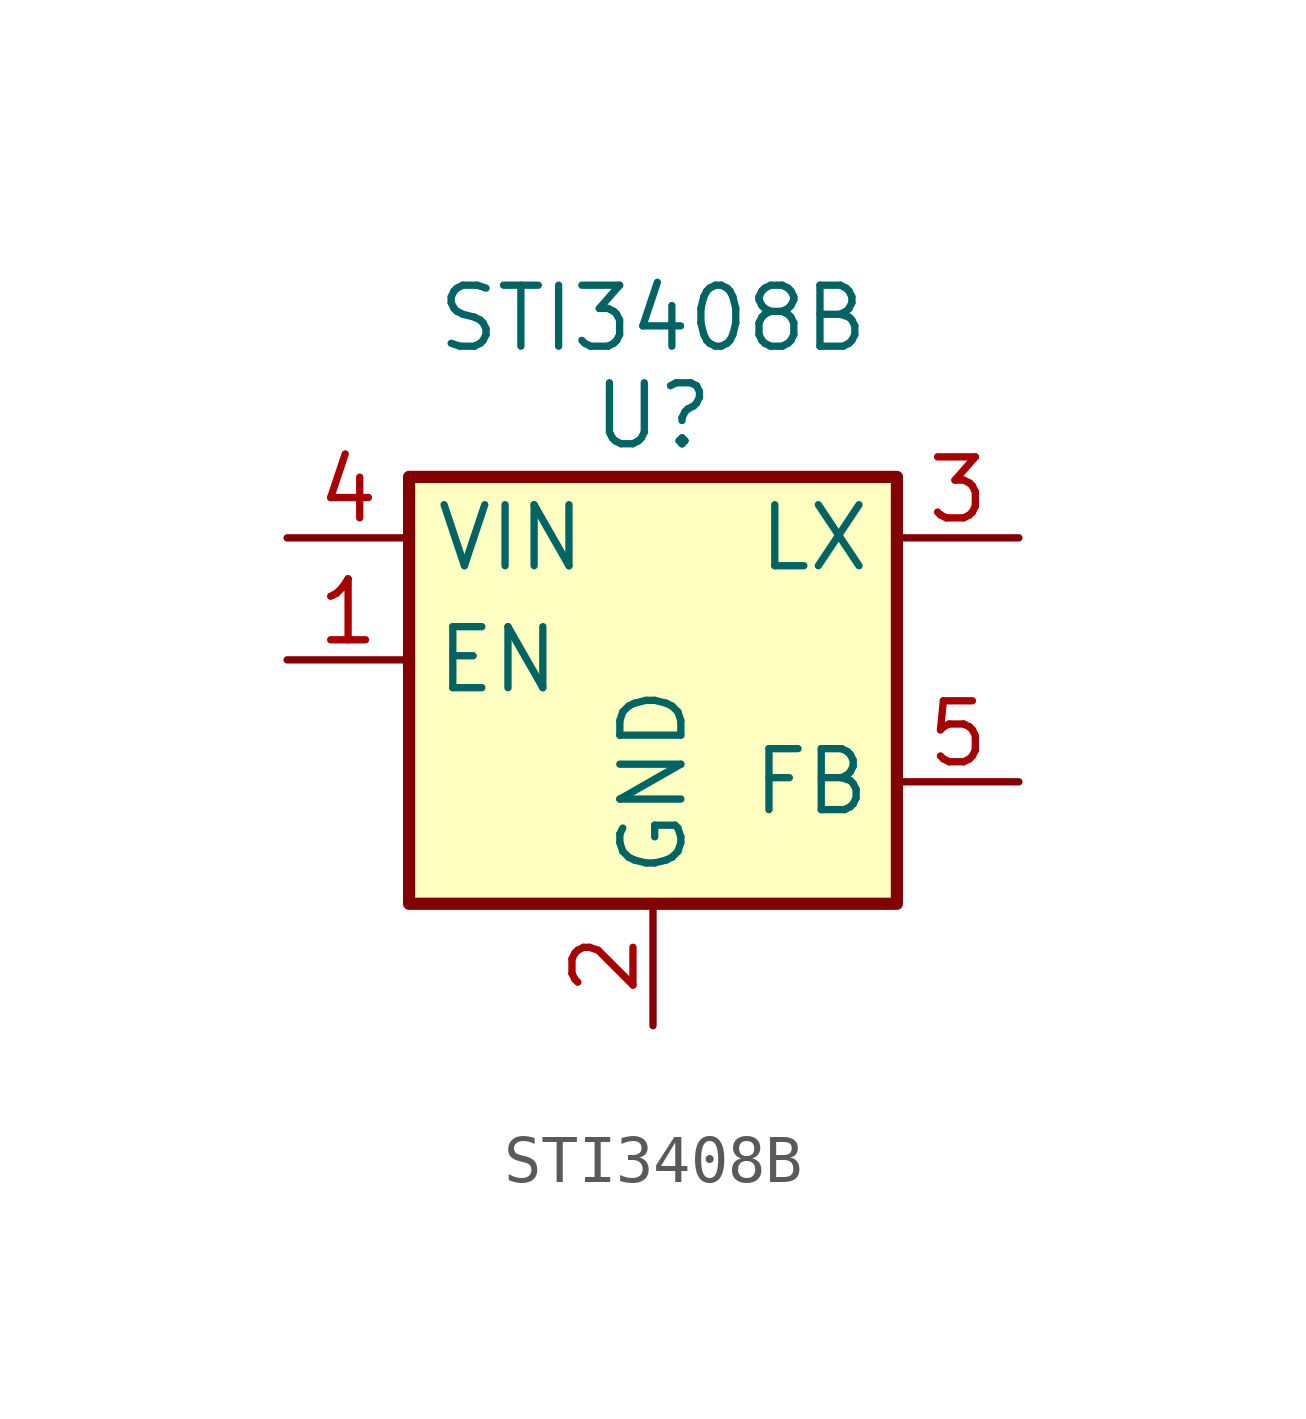
<source format=kicad_sym>
(kicad_symbol_lib
  (version 20241209)
  (generator "kicad_symbol_editor")
  (generator_version "9.0")
  (symbol "STI3408B"
    (property "Reference" "U"
      (at 0 5.08 0)
      (effects (font (size 1.27 1.27))))
    (property "Value" "STI3408B"
      (at 0 7.112 0)
      (effects (font (size 1.27 1.27))))
    (symbol "STI3408B_0_1"
      (rectangle (start -5.08 3.81) (end 5.08 -5.08) (stroke (width 0.254) (type default)) (fill (type background))))
    (symbol "STI3408B_1_1"
      (pin power_in line (at -7.62 2.54 0) (length 2.54) (name "VIN" (effects (font (size 1.27 1.27)))) (number "4" (effects (font (size 1.27 1.27)))))
      (pin input line (at -7.62 0 0) (length 2.54) (name "EN" (effects (font (size 1.27 1.27)))) (number "1" (effects (font (size 1.27 1.27)))))
      (pin power_in line (at 0 -7.62 90) (length 2.54) (name "GND" (effects (font (size 1.27 1.27)))) (number "2" (effects (font (size 1.27 1.27)))))
      (pin input line (at 7.62 2.54 180) (length 2.54) (name "LX" (effects (font (size 1.27 1.27)))) (number "3" (effects (font (size 1.27 1.27)))))
      (pin input line (at 7.62 -2.54 180) (length 2.54) (name "FB" (effects (font (size 1.27 1.27)))) (number "5" (effects (font (size 1.27 1.27))))))))
</source>
